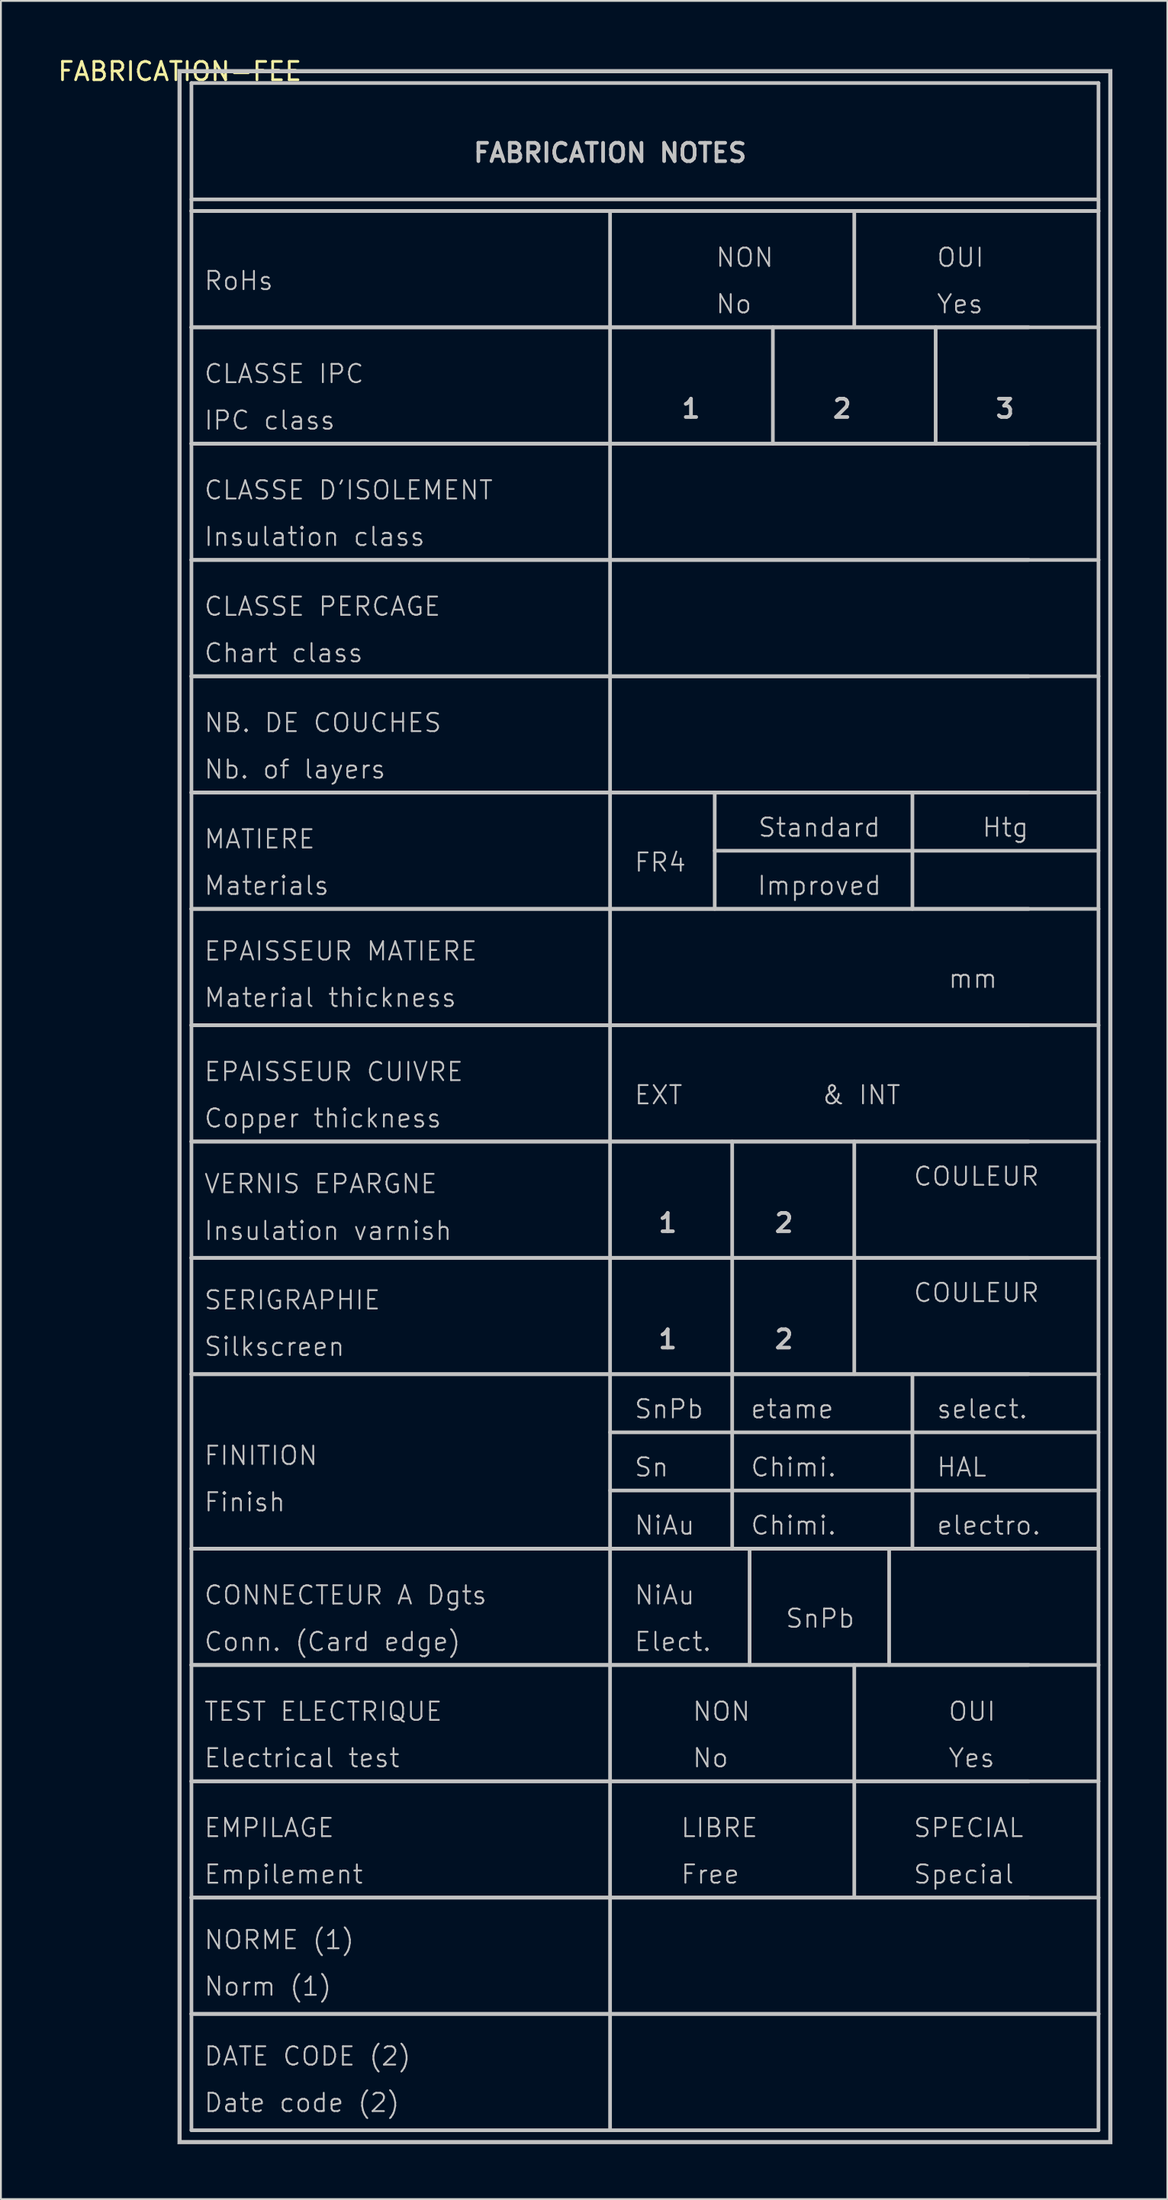
<source format=kicad_pcb>
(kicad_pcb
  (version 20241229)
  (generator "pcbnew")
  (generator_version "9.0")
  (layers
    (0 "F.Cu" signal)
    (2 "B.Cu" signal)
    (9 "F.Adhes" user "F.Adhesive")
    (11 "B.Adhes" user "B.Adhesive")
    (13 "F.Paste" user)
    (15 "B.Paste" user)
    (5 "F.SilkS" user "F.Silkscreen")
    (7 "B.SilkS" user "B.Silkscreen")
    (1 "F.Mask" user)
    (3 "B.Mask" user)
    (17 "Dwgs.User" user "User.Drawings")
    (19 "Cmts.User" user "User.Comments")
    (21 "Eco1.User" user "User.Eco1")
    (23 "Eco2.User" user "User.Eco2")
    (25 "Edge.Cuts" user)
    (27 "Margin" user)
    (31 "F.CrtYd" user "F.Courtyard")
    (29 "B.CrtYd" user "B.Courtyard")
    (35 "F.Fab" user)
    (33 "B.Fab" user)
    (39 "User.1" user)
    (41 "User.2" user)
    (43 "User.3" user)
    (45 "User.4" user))
  (footprint "FABRICATION-FEE"
    (placed yes)
    (layer "F.Cu")
    (at 6.768 0.848)
    (property "Reference" "FABRICATION-FEE" (at 0 0 0) (layer "F.SilkS") (effects (font (size 1 1) (thickness 0.15))))
    (attr through_hole)
    (fp_line (start -0.1 -0.1) (end 50.9 -0.1) (stroke (width 0.05) (type solid)) (layer "Dwgs.User"))
    (fp_line (start -0.1 113.13) (end -0.1 -0.1) (stroke (width 0.05) (type solid)) (layer "Dwgs.User"))
    (fp_line (start 0 0) (end 0 113.03) (stroke (width 0.2) (type solid)) (layer "Dwgs.User"))
    (fp_line (start 0 113.03) (end 50.8 113.03) (stroke (width 0.2) (type solid)) (layer "Dwgs.User"))
    (fp_line (start 0.635 0.635) (end 0.635 7.62) (stroke (width 0.2) (type solid)) (layer "Dwgs.User"))
    (fp_line (start 0.635 6.985) (end 50.165 6.985) (stroke (width 0.2) (type solid)) (layer "Dwgs.User"))
    (fp_line (start 0.635 7.62) (end 0.635 13.97) (stroke (width 0.2) (type solid)) (layer "Dwgs.User"))
    (fp_line (start 0.635 7.62) (end 50.165 7.62) (stroke (width 0.2) (type solid)) (layer "Dwgs.User"))
    (fp_line (start 0.635 13.97) (end 0.635 20.32) (stroke (width 0.2) (type solid)) (layer "Dwgs.User"))
    (fp_line (start 0.635 13.97) (end 50.165 13.97) (stroke (width 0.2) (type solid)) (layer "Dwgs.User"))
    (fp_line (start 0.635 20.32) (end 0.635 26.67) (stroke (width 0.2) (type solid)) (layer "Dwgs.User"))
    (fp_line (start 0.635 20.32) (end 50.165 20.32) (stroke (width 0.2) (type solid)) (layer "Dwgs.User"))
    (fp_line (start 0.635 26.67) (end 0.635 33.02) (stroke (width 0.2) (type solid)) (layer "Dwgs.User"))
    (fp_line (start 0.635 26.67) (end 50.165 26.67) (stroke (width 0.2) (type solid)) (layer "Dwgs.User"))
    (fp_line (start 0.635 33.02) (end 0.635 39.37) (stroke (width 0.2) (type solid)) (layer "Dwgs.User"))
    (fp_line (start 0.635 33.02) (end 50.165 33.02) (stroke (width 0.2) (type solid)) (layer "Dwgs.User"))
    (fp_line (start 0.635 39.37) (end 0.635 45.72) (stroke (width 0.2) (type solid)) (layer "Dwgs.User"))
    (fp_line (start 0.635 39.37) (end 50.165 39.37) (stroke (width 0.2) (type solid)) (layer "Dwgs.User"))
    (fp_line (start 0.635 45.72) (end 0.635 52.07) (stroke (width 0.2) (type solid)) (layer "Dwgs.User"))
    (fp_line (start 0.635 45.72) (end 50.165 45.72) (stroke (width 0.2) (type solid)) (layer "Dwgs.User"))
    (fp_line (start 0.635 52.07) (end 0.635 58.42) (stroke (width 0.2) (type solid)) (layer "Dwgs.User"))
    (fp_line (start 0.635 52.07) (end 50.165 52.07) (stroke (width 0.2) (type solid)) (layer "Dwgs.User"))
    (fp_line (start 0.635 58.42) (end 0.635 64.77) (stroke (width 0.2) (type solid)) (layer "Dwgs.User"))
    (fp_line (start 0.635 58.42) (end 50.165 58.42) (stroke (width 0.2) (type solid)) (layer "Dwgs.User"))
    (fp_line (start 0.635 64.77) (end 0.635 71.12) (stroke (width 0.2) (type solid)) (layer "Dwgs.User"))
    (fp_line (start 0.635 64.77) (end 50.165 64.77) (stroke (width 0.2) (type solid)) (layer "Dwgs.User"))
    (fp_line (start 0.635 71.12) (end 0.635 80.645) (stroke (width 0.2) (type solid)) (layer "Dwgs.User"))
    (fp_line (start 0.635 71.12) (end 50.165 71.12) (stroke (width 0.2) (type solid)) (layer "Dwgs.User"))
    (fp_line (start 0.635 80.645) (end 0.635 86.995) (stroke (width 0.2) (type solid)) (layer "Dwgs.User"))
    (fp_line (start 0.635 80.645) (end 50.165 80.645) (stroke (width 0.2) (type solid)) (layer "Dwgs.User"))
    (fp_line (start 0.635 86.995) (end 0.635 93.345) (stroke (width 0.2) (type solid)) (layer "Dwgs.User"))
    (fp_line (start 0.635 86.995) (end 50.165 86.995) (stroke (width 0.2) (type solid)) (layer "Dwgs.User"))
    (fp_line (start 0.635 93.345) (end 0.635 99.695) (stroke (width 0.2) (type solid)) (layer "Dwgs.User"))
    (fp_line (start 0.635 93.345) (end 50.165 93.345) (stroke (width 0.2) (type solid)) (layer "Dwgs.User"))
    (fp_line (start 0.635 99.695) (end 0.635 106.045) (stroke (width 0.2) (type solid)) (layer "Dwgs.User"))
    (fp_line (start 0.635 99.695) (end 50.165 99.695) (stroke (width 0.2) (type solid)) (layer "Dwgs.User"))
    (fp_line (start 0.635 106.045) (end 0.635 112.395) (stroke (width 0.2) (type solid)) (layer "Dwgs.User"))
    (fp_line (start 0.635 106.045) (end 50.165 106.045) (stroke (width 0.2) (type solid)) (layer "Dwgs.User"))
    (fp_line (start 0.635 112.395) (end 50.165 112.395) (stroke (width 0.2) (type solid)) (layer "Dwgs.User"))
    (fp_line (start 23.495 7.62) (end 23.495 112.395) (stroke (width 0.2) (type solid)) (layer "Dwgs.User"))
    (fp_line (start 23.495 74.295) (end 50.165 74.295) (stroke (width 0.2) (type solid)) (layer "Dwgs.User"))
    (fp_line (start 23.495 77.47) (end 50.165 77.47) (stroke (width 0.2) (type solid)) (layer "Dwgs.User"))
    (fp_line (start 29.21 39.37) (end 29.21 45.72) (stroke (width 0.2) (type solid)) (layer "Dwgs.User"))
    (fp_line (start 29.21 42.545) (end 50.165 42.545) (stroke (width 0.2) (type solid)) (layer "Dwgs.User"))
    (fp_line (start 30.163 58.42) (end 30.163 64.77) (stroke (width 0.2) (type solid)) (layer "Dwgs.User"))
    (fp_line (start 30.163 64.77) (end 30.163 71.12) (stroke (width 0.2) (type solid)) (layer "Dwgs.User"))
    (fp_line (start 30.163 71.12) (end 30.163 80.645) (stroke (width 0.2) (type solid)) (layer "Dwgs.User"))
    (fp_line (start 31.115 80.645) (end 31.115 86.995) (stroke (width 0.2) (type solid)) (layer "Dwgs.User"))
    (fp_line (start 32.385 13.97) (end 32.385 20.32) (stroke (width 0.2) (type solid)) (layer "Dwgs.User"))
    (fp_line (start 36.83 7.62) (end 36.83 13.97) (stroke (width 0.2) (type solid)) (layer "Dwgs.User"))
    (fp_line (start 36.83 58.42) (end 36.83 64.77) (stroke (width 0.2) (type solid)) (layer "Dwgs.User"))
    (fp_line (start 36.83 64.77) (end 36.83 71.12) (stroke (width 0.2) (type solid)) (layer "Dwgs.User"))
    (fp_line (start 36.83 86.995) (end 36.83 93.345) (stroke (width 0.2) (type solid)) (layer "Dwgs.User"))
    (fp_line (start 36.83 93.345) (end 36.83 99.695) (stroke (width 0.2) (type solid)) (layer "Dwgs.User"))
    (fp_line (start 38.735 80.645) (end 38.735 86.995) (stroke (width 0.2) (type solid)) (layer "Dwgs.User"))
    (fp_line (start 40.005 39.37) (end 40.005 45.72) (stroke (width 0.2) (type solid)) (layer "Dwgs.User"))
    (fp_line (start 40.005 71.12) (end 40.005 80.645) (stroke (width 0.2) (type solid)) (layer "Dwgs.User"))
    (fp_line (start 41.275 13.97) (end 41.275 20.32) (stroke (width 0.2) (type solid)) (layer "Dwgs.User"))
    (fp_line (start 46.355 13.97) (end 0.635 13.97) (stroke (width 0.2) (type solid)) (layer "Dwgs.User"))
    (fp_line (start 46.355 20.32) (end 0.635 20.32) (stroke (width 0.2) (type solid)) (layer "Dwgs.User"))
    (fp_line (start 46.355 26.67) (end 0.635 26.67) (stroke (width 0.2) (type solid)) (layer "Dwgs.User"))
    (fp_line (start 46.355 33.02) (end 0.635 33.02) (stroke (width 0.2) (type solid)) (layer "Dwgs.User"))
    (fp_line (start 46.355 39.37) (end 0.635 39.37) (stroke (width 0.2) (type solid)) (layer "Dwgs.User"))
    (fp_line (start 46.355 45.72) (end 0.635 45.72) (stroke (width 0.2) (type solid)) (layer "Dwgs.User"))
    (fp_line (start 46.355 52.07) (end 0.635 52.07) (stroke (width 0.2) (type solid)) (layer "Dwgs.User"))
    (fp_line (start 46.355 58.42) (end 0.635 58.42) (stroke (width 0.2) (type solid)) (layer "Dwgs.User"))
    (fp_line (start 46.355 64.77) (end 0.635 64.77) (stroke (width 0.2) (type solid)) (layer "Dwgs.User"))
    (fp_line (start 46.355 71.12) (end 0.635 71.12) (stroke (width 0.2) (type solid)) (layer "Dwgs.User"))
    (fp_line (start 46.355 80.645) (end 0.635 80.645) (stroke (width 0.2) (type solid)) (layer "Dwgs.User"))
    (fp_line (start 46.355 86.995) (end 0.635 86.995) (stroke (width 0.2) (type solid)) (layer "Dwgs.User"))
    (fp_line (start 46.355 93.345) (end 0.635 93.345) (stroke (width 0.2) (type solid)) (layer "Dwgs.User"))
    (fp_line (start 46.355 99.695) (end 0.635 99.695) (stroke (width 0.2) (type solid)) (layer "Dwgs.User"))
    (fp_line (start 50.165 0.635) (end 0.635 0.635) (stroke (width 0.2) (type solid)) (layer "Dwgs.User"))
    (fp_line (start 50.165 7.62) (end 0.635 7.62) (stroke (width 0.2) (type solid)) (layer "Dwgs.User"))
    (fp_line (start 50.165 7.62) (end 50.165 0.635) (stroke (width 0.2) (type solid)) (layer "Dwgs.User"))
    (fp_line (start 50.165 13.97) (end 50.165 7.62) (stroke (width 0.2) (type solid)) (layer "Dwgs.User"))
    (fp_line (start 50.165 20.32) (end 50.165 13.97) (stroke (width 0.2) (type solid)) (layer "Dwgs.User"))
    (fp_line (start 50.165 26.67) (end 50.165 20.32) (stroke (width 0.2) (type solid)) (layer "Dwgs.User"))
    (fp_line (start 50.165 33.02) (end 50.165 26.67) (stroke (width 0.2) (type solid)) (layer "Dwgs.User"))
    (fp_line (start 50.165 39.37) (end 50.165 33.02) (stroke (width 0.2) (type solid)) (layer "Dwgs.User"))
    (fp_line (start 50.165 45.72) (end 50.165 39.37) (stroke (width 0.2) (type solid)) (layer "Dwgs.User"))
    (fp_line (start 50.165 52.07) (end 50.165 45.72) (stroke (width 0.2) (type solid)) (layer "Dwgs.User"))
    (fp_line (start 50.165 58.42) (end 50.165 52.07) (stroke (width 0.2) (type solid)) (layer "Dwgs.User"))
    (fp_line (start 50.165 64.77) (end 50.165 58.42) (stroke (width 0.2) (type solid)) (layer "Dwgs.User"))
    (fp_line (start 50.165 71.12) (end 50.165 64.77) (stroke (width 0.2) (type solid)) (layer "Dwgs.User"))
    (fp_line (start 50.165 80.645) (end 50.165 71.12) (stroke (width 0.2) (type solid)) (layer "Dwgs.User"))
    (fp_line (start 50.165 86.995) (end 50.165 80.645) (stroke (width 0.2) (type solid)) (layer "Dwgs.User"))
    (fp_line (start 50.165 93.345) (end 50.165 86.995) (stroke (width 0.2) (type solid)) (layer "Dwgs.User"))
    (fp_line (start 50.165 99.695) (end 50.165 93.345) (stroke (width 0.2) (type solid)) (layer "Dwgs.User"))
    (fp_line (start 50.165 106.045) (end 0.635 106.045) (stroke (width 0.2) (type solid)) (layer "Dwgs.User"))
    (fp_line (start 50.165 106.045) (end 50.165 99.695) (stroke (width 0.2) (type solid)) (layer "Dwgs.User"))
    (fp_line (start 50.165 112.395) (end 50.165 106.045) (stroke (width 0.2) (type solid)) (layer "Dwgs.User"))
    (fp_line (start 50.8 0) (end 0 0) (stroke (width 0.2) (type solid)) (layer "Dwgs.User"))
    (fp_line (start 50.8 113.03) (end 50.8 0) (stroke (width 0.2) (type solid)) (layer "Dwgs.User"))
    (fp_line (start 50.9 -0.1) (end 50.9 113.13) (stroke (width 0.05) (type solid)) (layer "Dwgs.User"))
    (fp_line (start 50.9 113.13) (end -0.1 113.13) (stroke (width 0.05) (type solid)) (layer "Dwgs.User"))
    (fp_text user "CLASSE D'ISOLEMENT" (at 1.27 22.86 0) (layer "Dwgs.User") (effects (font (size 1 1) (thickness 0.1)) (justify left)))
    (fp_text user "CONNECTEUR A Dgts" (at 1.27 83.185 0) (layer "Dwgs.User") (effects (font (size 1 1) (thickness 0.1)) (justify left)))
    (fp_text user "FINITION" (at 1.27 75.565 0) (layer "Dwgs.User") (effects (font (size 1 1) (thickness 0.1)) (justify left)))
    (fp_text user "VERNIS EPARGNE" (at 1.27 60.728 0) (layer "Dwgs.User") (effects (font (size 1 1) (thickness 0.1)) (justify left)))
    (fp_text user "Special" (at 40.005 98.425 0) (layer "Dwgs.User") (effects (font (size 1 1) (thickness 0.1)) (justify left)))
    (fp_text user "Materials" (at 1.27 44.45 0) (layer "Dwgs.User") (effects (font (size 1 1) (thickness 0.1)) (justify left)))
    (fp_text user "SnPb" (at 24.765 73.025 0) (layer "Dwgs.User") (effects (font (size 1 1) (thickness 0.1)) (justify left)))
    (fp_text user "IPC class" (at 1.27 19.05 0) (layer "Dwgs.User") (effects (font (size 1 1) (thickness 0.1)) (justify left)))
    (fp_text user "NB. DE COUCHES" (at 1.27 35.56 0) (layer "Dwgs.User") (effects (font (size 1 1) (thickness 0.1)) (justify left)))
    (fp_text user "Conn. (Card edge)" (at 1.27 85.725 0) (layer "Dwgs.User") (effects (font (size 1 1) (thickness 0.1)) (justify left)))
    (fp_text user "LIBRE" (at 27.305 95.885 0) (layer "Dwgs.User") (effects (font (size 1 1) (thickness 0.1)) (justify left)))
    (fp_text user "EMPILAGE" (at 1.27 95.885 0) (layer "Dwgs.User") (effects (font (size 1 1) (thickness 0.1)) (justify left)))
    (fp_text user "Insulation varnish" (at 1.27 63.29 0) (layer "Dwgs.User") (effects (font (size 1 1) (thickness 0.1)) (justify left)))
    (fp_text user "No" (at 27.94 92.075 0) (layer "Dwgs.User") (effects (font (size 1 1) (thickness 0.1)) (justify left)))
    (fp_text user "Elect." (at 24.765 85.725 0) (layer "Dwgs.User") (effects (font (size 1 1) (thickness 0.1)) (justify left)))
    (fp_text user "Standard" (at 34.925 41.275 0) (layer "Dwgs.User") (effects (font (size 1 1) (thickness 0.1))))
    (fp_text user "Chimi." (at 31.115 76.2 0) (layer "Dwgs.User") (effects (font (size 1 1) (thickness 0.1)) (justify left)))
    (fp_text user "SERIGRAPHIE" (at 1.27 67.078 0) (layer "Dwgs.User") (effects (font (size 1 1) (thickness 0.1)) (justify left)))
    (fp_text user "Sn" (at 24.765 76.2 0) (layer "Dwgs.User") (effects (font (size 1 1) (thickness 0.1)) (justify left)))
    (fp_text user "Chart class" (at 1.27 31.75 0) (layer "Dwgs.User") (effects (font (size 1 1) (thickness 0.1)) (justify left)))
    (fp_text user "Date code (2)" (at 1.27 110.893 0) (layer "Dwgs.User") (effects (font (size 1 1) (thickness 0.1)) (justify left)))
    (fp_text user "OUI" (at 41.91 89.535 0) (layer "Dwgs.User") (effects (font (size 1 1) (thickness 0.1)) (justify left)))
    (fp_text user "SPECIAL" (at 40.005 95.885 0) (layer "Dwgs.User") (effects (font (size 1 1) (thickness 0.1)) (justify left)))
    (fp_text user "COULEUR" (at 40.005 66.675 0) (layer "Dwgs.User") (effects (font (size 1 1) (thickness 0.1)) (justify left)))
    (fp_text user "3" (at 44.45 18.415 0) (layer "Dwgs.User") (effects (font (size 1 1) (thickness 0.2)) (justify left)))
    (fp_text user "mm" (at 41.91 49.53 0) (layer "Dwgs.User") (effects (font (size 1 1) (thickness 0.1)) (justify left)))
    (fp_text user "Yes" (at 41.275 12.7 0) (layer "Dwgs.User") (effects (font (size 1 1) (thickness 0.1)) (justify left)))
    (fp_text user "EPAISSEUR CUIVRE" (at 1.27 54.61 0) (layer "Dwgs.User") (effects (font (size 1 1) (thickness 0.1)) (justify left)))
    (fp_text user "etame" (at 31.115 73.025 0) (layer "Dwgs.User") (effects (font (size 1 1) (thickness 0.1)) (justify left)))
    (fp_text user "EXT          & INT" (at 24.765 55.88 0) (layer "Dwgs.User") (effects (font (size 1 1) (thickness 0.1)) (justify left)))
    (fp_text user "NON" (at 27.94 89.535 0) (layer "Dwgs.User") (effects (font (size 1 1) (thickness 0.1)) (justify left)))
    (fp_text user "Electrical test" (at 1.27 92.075 0) (layer "Dwgs.User") (effects (font (size 1 1) (thickness 0.1)) (justify left)))
    (fp_text user "Material thickness" (at 1.27 50.568 0) (layer "Dwgs.User") (effects (font (size 1 1) (thickness 0.1)) (justify left)))
    (fp_text user "select." (at 41.275 73.025 0) (layer "Dwgs.User") (effects (font (size 1 1) (thickness 0.1)) (justify left)))
    (fp_text user "1" (at 27.305 18.415 0) (layer "Dwgs.User") (effects (font (size 1 1) (thickness 0.2)) (justify left)))
    (fp_text user "NiAu" (at 24.765 79.375 0) (layer "Dwgs.User") (effects (font (size 1 1) (thickness 0.1)) (justify left)))
    (fp_text user "NORME (1)" (at 1.27 102.003 0) (layer "Dwgs.User") (effects (font (size 1 1) (thickness 0.1)) (justify left)))
    (fp_text user "Insulation class" (at 1.27 25.4 0) (layer "Dwgs.User") (effects (font (size 1 1) (thickness 0.1)) (justify left)))
    (fp_text user "No" (at 29.21 12.7 0) (layer "Dwgs.User") (effects (font (size 1 1) (thickness 0.1)) (justify left)))
    (fp_text user "Yes" (at 41.91 92.075 0) (layer "Dwgs.User") (effects (font (size 1 1) (thickness 0.1)) (justify left)))
    (fp_text user "RoHs" (at 1.27 11.43 0) (layer "Dwgs.User") (effects (font (size 1 1) (thickness 0.1)) (justify left)))
    (fp_text user "Improved" (at 34.925 44.45 0) (layer "Dwgs.User") (effects (font (size 1 1) (thickness 0.1))))
    (fp_text user "COULEUR" (at 40.005 60.325 0) (layer "Dwgs.User") (effects (font (size 1 1) (thickness 0.1)) (justify left)))
    (fp_text user "MATIERE" (at 1.27 41.91 0) (layer "Dwgs.User") (effects (font (size 1 1) (thickness 0.1)) (justify left)))
    (fp_text user "Empilement" (at 1.27 98.425 0) (layer "Dwgs.User") (effects (font (size 1 1) (thickness 0.1)) (justify left)))
    (fp_text user "Free" (at 27.305 98.425 0) (layer "Dwgs.User") (effects (font (size 1 1) (thickness 0.1)) (justify left)))
    (fp_text user "CLASSE PERCAGE" (at 1.27 29.21 0) (layer "Dwgs.User") (effects (font (size 1 1) (thickness 0.1)) (justify left)))
    (fp_text user "SnPb" (at 33.02 84.455 0) (layer "Dwgs.User") (effects (font (size 1 1) (thickness 0.1)) (justify left)))
    (fp_text user "Silkscreen" (at 1.27 69.618 0) (layer "Dwgs.User") (effects (font (size 1 1) (thickness 0.1)) (justify left)))
    (fp_text user "Htg" (at 45.085 41.275 0) (layer "Dwgs.User") (effects (font (size 1 1) (thickness 0.1))))
    (fp_text user "1" (at 26.035 62.865 0) (layer "Dwgs.User") (effects (font (size 1 1) (thickness 0.2)) (justify left)))
    (fp_text user "TEST ELECTRIQUE" (at 1.27 89.535 0) (layer "Dwgs.User") (effects (font (size 1 1) (thickness 0.1)) (justify left)))
    (fp_text user "Finish" (at 1.27 78.105 0) (layer "Dwgs.User") (effects (font (size 1 1) (thickness 0.1)) (justify left)))
    (fp_text user "1" (at 26.035 69.215 0) (layer "Dwgs.User") (effects (font (size 1 1) (thickness 0.2)) (justify left)))
    (fp_text user "2" (at 32.385 62.865 0) (layer "Dwgs.User") (effects (font (size 1 1) (thickness 0.2)) (justify left)))
    (fp_text user "Chimi." (at 31.115 79.375 0) (layer "Dwgs.User") (effects (font (size 1 1) (thickness 0.1)) (justify left)))
    (fp_text user "electro." (at 41.275 79.375 0) (layer "Dwgs.User") (effects (font (size 1 1) (thickness 0.1)) (justify left)))
    (fp_text user "FABRICATION NOTES" (at 23.495 4.445 0) (layer "Dwgs.User") (effects (font (size 1 1) (thickness 0.2))))
    (fp_text user "Norm (1)" (at 1.27 104.543 0) (layer "Dwgs.User") (effects (font (size 1 1) (thickness 0.1)) (justify left)))
    (fp_text user "Nb. of layers" (at 1.27 38.1 0) (layer "Dwgs.User") (effects (font (size 1 1) (thickness 0.1)) (justify left)))
    (fp_text user "DATE CODE (2)" (at 1.27 108.353 0) (layer "Dwgs.User") (effects (font (size 1 1) (thickness 0.1)) (justify left)))
    (fp_text user "2" (at 35.56 18.415 0) (layer "Dwgs.User") (effects (font (size 1 1) (thickness 0.2)) (justify left)))
    (fp_text user "OUI" (at 41.275 10.16 0) (layer "Dwgs.User") (effects (font (size 1 1) (thickness 0.1)) (justify left)))
    (fp_text user "NON" (at 29.21 10.16 0) (layer "Dwgs.User") (effects (font (size 1 1) (thickness 0.1)) (justify left)))
    (fp_text user "HAL" (at 41.275 76.2 0) (layer "Dwgs.User") (effects (font (size 1 1) (thickness 0.1)) (justify left)))
    (fp_text user "CLASSE IPC" (at 1.27 16.51 0) (layer "Dwgs.User") (effects (font (size 1 1) (thickness 0.1)) (justify left)))
    (fp_text user "NiAu" (at 24.765 83.185 0) (layer "Dwgs.User") (effects (font (size 1 1) (thickness 0.1)) (justify left)))
    (fp_text user "EPAISSEUR MATIERE" (at 1.27 48.028 0) (layer "Dwgs.User") (effects (font (size 1 1) (thickness 0.1)) (justify left)))
    (fp_text user "FR4" (at 24.765 43.18 0) (layer "Dwgs.User") (effects (font (size 1 1) (thickness 0.1)) (justify left)))
    (fp_text user "Copper thickness" (at 1.27 57.15 0) (layer "Dwgs.User") (effects (font (size 1 1) (thickness 0.1)) (justify left)))
    (fp_text user "2" (at 32.385 69.215 0) (layer "Dwgs.User") (effects (font (size 1 1) (thickness 0.2)) (justify left))))
  (gr_rect
    (start -3 -3)
    (end 60.693 117.003)
    (stroke (width 0.1) (type default))
    (fill no)
    (layer "Edge.Cuts")))
</source>
